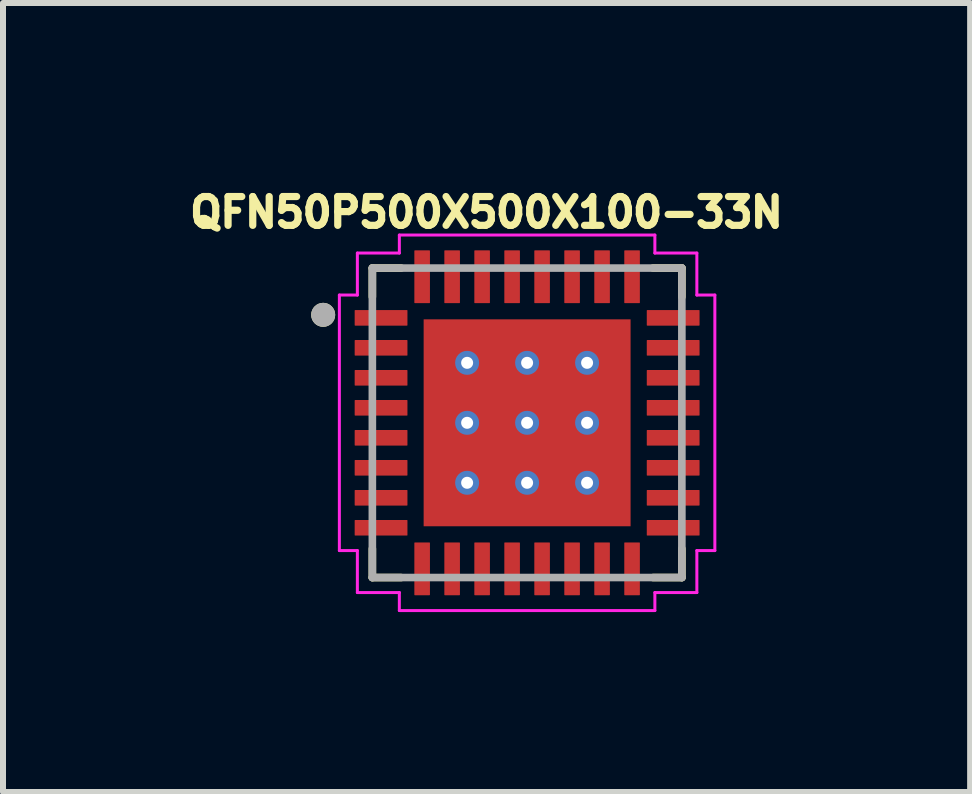
<source format=kicad_pcb>
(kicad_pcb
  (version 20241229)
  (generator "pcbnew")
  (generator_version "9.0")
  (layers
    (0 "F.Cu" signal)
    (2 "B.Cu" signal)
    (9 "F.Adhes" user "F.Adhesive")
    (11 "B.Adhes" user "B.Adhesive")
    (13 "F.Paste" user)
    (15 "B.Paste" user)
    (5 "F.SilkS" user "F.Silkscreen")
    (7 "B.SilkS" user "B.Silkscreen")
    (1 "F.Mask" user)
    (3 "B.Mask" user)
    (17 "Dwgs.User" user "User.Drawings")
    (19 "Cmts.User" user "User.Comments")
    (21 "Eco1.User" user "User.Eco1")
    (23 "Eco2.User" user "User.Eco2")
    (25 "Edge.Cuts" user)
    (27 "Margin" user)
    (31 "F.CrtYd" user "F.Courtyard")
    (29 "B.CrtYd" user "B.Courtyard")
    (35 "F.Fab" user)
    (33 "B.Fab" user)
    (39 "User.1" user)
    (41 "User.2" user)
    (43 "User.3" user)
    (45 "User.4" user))
  (footprint "QFN50P500X500X100-33N"
    (layer "F.Cu")
    (at 5.738 3.999)
    (property "Reference" "QFN50P500X500X100-33N" (at -0.677 -3.508 0) (layer "F.SilkS") (effects (font (size 0.48 0.48) (thickness 0.15))))
    (attr smd)
    (fp_line (start -2.58 -2.58) (end -2.1 -2.58) (stroke (width 0.127) (type solid)) (layer "F.SilkS"))
    (fp_line (start -2.58 -2.1) (end -2.58 -2.58) (stroke (width 0.127) (type solid)) (layer "F.SilkS"))
    (fp_line (start -2.58 2.58) (end -2.58 2.1) (stroke (width 0.127) (type solid)) (layer "F.SilkS"))
    (fp_line (start -2.1 2.58) (end -2.58 2.58) (stroke (width 0.127) (type solid)) (layer "F.SilkS"))
    (fp_line (start 2.1 -2.58) (end 2.58 -2.58) (stroke (width 0.127) (type solid)) (layer "F.SilkS"))
    (fp_line (start 2.58 -2.58) (end 2.58 -2.1) (stroke (width 0.127) (type solid)) (layer "F.SilkS"))
    (fp_line (start 2.58 2.1) (end 2.58 2.58) (stroke (width 0.127) (type solid)) (layer "F.SilkS"))
    (fp_line (start 2.58 2.58) (end 2.1 2.58) (stroke (width 0.127) (type solid)) (layer "F.SilkS"))
    (fp_circle (center -3.4 -1.8) (end -3.3 -1.8) (stroke (width 0.2) (type solid)) (fill no) (layer "F.SilkS"))
    (fp_poly (pts (xy -1.391 0.17) (xy -0.17 0.17) (xy -0.17 1.391) (xy -1.391 1.391)) (stroke (width 0.01) (type solid)) (fill yes) (layer "F.Paste"))
    (fp_poly (pts (xy -1.391 -1.39) (xy -0.17 -1.39) (xy -0.17 -0.17) (xy -1.391 -0.17)) (stroke (width 0.01) (type solid)) (fill yes) (layer "F.Paste"))
    (fp_poly (pts (xy 0.17 -1.39) (xy 1.39 -1.39) (xy 1.39 -0.17) (xy 0.17 -0.17)) (stroke (width 0.01) (type solid)) (fill yes) (layer "F.Paste"))
    (fp_poly (pts (xy 0.17 0.17) (xy 1.39 0.17) (xy 1.39 1.391) (xy 0.17 1.391)) (stroke (width 0.01) (type solid)) (fill yes) (layer "F.Paste"))
    (fp_line (start -3.13 -2.13) (end -2.83 -2.13) (stroke (width 0.05) (type solid)) (layer "F.CrtYd"))
    (fp_line (start -3.13 2.13) (end -3.13 -2.13) (stroke (width 0.05) (type solid)) (layer "F.CrtYd"))
    (fp_line (start -2.83 -2.83) (end -2.13 -2.83) (stroke (width 0.05) (type solid)) (layer "F.CrtYd"))
    (fp_line (start -2.83 -2.13) (end -2.83 -2.83) (stroke (width 0.05) (type solid)) (layer "F.CrtYd"))
    (fp_line (start -2.83 2.13) (end -3.13 2.13) (stroke (width 0.05) (type solid)) (layer "F.CrtYd"))
    (fp_line (start -2.83 2.83) (end -2.83 2.13) (stroke (width 0.05) (type solid)) (layer "F.CrtYd"))
    (fp_line (start -2.13 -3.13) (end 2.13 -3.13) (stroke (width 0.05) (type solid)) (layer "F.CrtYd"))
    (fp_line (start -2.13 -2.83) (end -2.13 -3.13) (stroke (width 0.05) (type solid)) (layer "F.CrtYd"))
    (fp_line (start -2.13 2.83) (end -2.83 2.83) (stroke (width 0.05) (type solid)) (layer "F.CrtYd"))
    (fp_line (start -2.13 3.13) (end -2.13 2.83) (stroke (width 0.05) (type solid)) (layer "F.CrtYd"))
    (fp_line (start 2.13 -3.13) (end 2.13 -2.83) (stroke (width 0.05) (type solid)) (layer "F.CrtYd"))
    (fp_line (start 2.13 -2.83) (end 2.83 -2.83) (stroke (width 0.05) (type solid)) (layer "F.CrtYd"))
    (fp_line (start 2.13 2.83) (end 2.13 3.13) (stroke (width 0.05) (type solid)) (layer "F.CrtYd"))
    (fp_line (start 2.13 3.13) (end -2.13 3.13) (stroke (width 0.05) (type solid)) (layer "F.CrtYd"))
    (fp_line (start 2.83 -2.83) (end 2.83 -2.13) (stroke (width 0.05) (type solid)) (layer "F.CrtYd"))
    (fp_line (start 2.83 -2.13) (end 3.13 -2.13) (stroke (width 0.05) (type solid)) (layer "F.CrtYd"))
    (fp_line (start 2.83 2.13) (end 2.83 2.83) (stroke (width 0.05) (type solid)) (layer "F.CrtYd"))
    (fp_line (start 2.83 2.83) (end 2.13 2.83) (stroke (width 0.05) (type solid)) (layer "F.CrtYd"))
    (fp_line (start 3.13 -2.13) (end 3.13 2.13) (stroke (width 0.05) (type solid)) (layer "F.CrtYd"))
    (fp_line (start 3.13 2.13) (end 2.83 2.13) (stroke (width 0.05) (type solid)) (layer "F.CrtYd"))
    (fp_line (start -2.58 -2.58) (end 2.58 -2.58) (stroke (width 0.127) (type solid)) (layer "F.Fab"))
    (fp_line (start -2.58 2.58) (end -2.58 -2.58) (stroke (width 0.127) (type solid)) (layer "F.Fab"))
    (fp_line (start 2.58 -2.58) (end 2.58 2.58) (stroke (width 0.127) (type solid)) (layer "F.Fab"))
    (fp_line (start 2.58 2.58) (end -2.58 2.58) (stroke (width 0.127) (type solid)) (layer "F.Fab"))
    (fp_circle (center -3.4 -1.8) (end -3.3 -1.8) (stroke (width 0.2) (type solid)) (fill no) (layer "F.Fab"))
    (pad "1" smd roundrect (at -2.435 -1.75) (size 0.88 0.26) (layers "F.Cu" "F.Mask" "F.Paste") (roundrect_rratio 0.035))
    (pad "2" smd roundrect (at -2.435 -1.25) (size 0.88 0.26) (layers "F.Cu" "F.Mask" "F.Paste") (roundrect_rratio 0.035))
    (pad "3" smd roundrect (at -2.435 -0.75) (size 0.88 0.26) (layers "F.Cu" "F.Mask" "F.Paste") (roundrect_rratio 0.035))
    (pad "4" smd roundrect (at -2.435 -0.25) (size 0.88 0.26) (layers "F.Cu" "F.Mask" "F.Paste") (roundrect_rratio 0.035))
    (pad "5" smd roundrect (at -2.435 0.25) (size 0.88 0.26) (layers "F.Cu" "F.Mask" "F.Paste") (roundrect_rratio 0.035))
    (pad "6" smd roundrect (at -2.435 0.75) (size 0.88 0.26) (layers "F.Cu" "F.Mask" "F.Paste") (roundrect_rratio 0.035))
    (pad "7" smd roundrect (at -2.435 1.25) (size 0.88 0.26) (layers "F.Cu" "F.Mask" "F.Paste") (roundrect_rratio 0.035))
    (pad "8" smd roundrect (at -2.435 1.75) (size 0.88 0.26) (layers "F.Cu" "F.Mask" "F.Paste") (roundrect_rratio 0.035))
    (pad "9" smd roundrect (at -1.75 2.435) (size 0.26 0.88) (layers "F.Cu" "F.Mask" "F.Paste") (roundrect_rratio 0.035))
    (pad "10" smd roundrect (at -1.25 2.435) (size 0.26 0.88) (layers "F.Cu" "F.Mask" "F.Paste") (roundrect_rratio 0.035))
    (pad "11" smd roundrect (at -0.75 2.435) (size 0.26 0.88) (layers "F.Cu" "F.Mask" "F.Paste") (roundrect_rratio 0.035))
    (pad "12" smd roundrect (at -0.25 2.435) (size 0.26 0.88) (layers "F.Cu" "F.Mask" "F.Paste") (roundrect_rratio 0.035))
    (pad "13" smd roundrect (at 0.25 2.435) (size 0.26 0.88) (layers "F.Cu" "F.Mask" "F.Paste") (roundrect_rratio 0.035))
    (pad "14" smd roundrect (at 0.75 2.435) (size 0.26 0.88) (layers "F.Cu" "F.Mask" "F.Paste") (roundrect_rratio 0.035))
    (pad "15" smd roundrect (at 1.25 2.435) (size 0.26 0.88) (layers "F.Cu" "F.Mask" "F.Paste") (roundrect_rratio 0.035))
    (pad "16" smd roundrect (at 1.75 2.435) (size 0.26 0.88) (layers "F.Cu" "F.Mask" "F.Paste") (roundrect_rratio 0.035))
    (pad "17" smd roundrect (at 2.435 1.75) (size 0.88 0.26) (layers "F.Cu" "F.Mask" "F.Paste") (roundrect_rratio 0.035))
    (pad "18" smd roundrect (at 2.435 1.25) (size 0.88 0.26) (layers "F.Cu" "F.Mask" "F.Paste") (roundrect_rratio 0.035))
    (pad "19" smd roundrect (at 2.435 0.75) (size 0.88 0.26) (layers "F.Cu" "F.Mask" "F.Paste") (roundrect_rratio 0.035))
    (pad "20" smd roundrect (at 2.435 0.25) (size 0.88 0.26) (layers "F.Cu" "F.Mask" "F.Paste") (roundrect_rratio 0.035))
    (pad "21" smd roundrect (at 2.435 -0.25) (size 0.88 0.26) (layers "F.Cu" "F.Mask" "F.Paste") (roundrect_rratio 0.035))
    (pad "22" smd roundrect (at 2.435 -0.75) (size 0.88 0.26) (layers "F.Cu" "F.Mask" "F.Paste") (roundrect_rratio 0.035))
    (pad "23" smd roundrect (at 2.435 -1.25) (size 0.88 0.26) (layers "F.Cu" "F.Mask" "F.Paste") (roundrect_rratio 0.035))
    (pad "24" smd roundrect (at 2.435 -1.75) (size 0.88 0.26) (layers "F.Cu" "F.Mask" "F.Paste") (roundrect_rratio 0.035))
    (pad "25" smd roundrect (at 1.75 -2.435) (size 0.26 0.88) (layers "F.Cu" "F.Mask" "F.Paste") (roundrect_rratio 0.035))
    (pad "26" smd roundrect (at 1.25 -2.435) (size 0.26 0.88) (layers "F.Cu" "F.Mask" "F.Paste") (roundrect_rratio 0.035))
    (pad "27" smd roundrect (at 0.75 -2.435) (size 0.26 0.88) (layers "F.Cu" "F.Mask" "F.Paste") (roundrect_rratio 0.035))
    (pad "28" smd roundrect (at 0.25 -2.435) (size 0.26 0.88) (layers "F.Cu" "F.Mask" "F.Paste") (roundrect_rratio 0.035))
    (pad "29" smd roundrect (at -0.25 -2.435) (size 0.26 0.88) (layers "F.Cu" "F.Mask" "F.Paste") (roundrect_rratio 0.035))
    (pad "30" smd roundrect (at -0.75 -2.435) (size 0.26 0.88) (layers "F.Cu" "F.Mask" "F.Paste") (roundrect_rratio 0.035))
    (pad "31" smd roundrect (at -1.25 -2.435) (size 0.26 0.88) (layers "F.Cu" "F.Mask" "F.Paste") (roundrect_rratio 0.035))
    (pad "32" smd roundrect (at -1.75 -2.435) (size 0.26 0.88) (layers "F.Cu" "F.Mask" "F.Paste") (roundrect_rratio 0.035))
    (pad "33" smd rect (at 0 0) (size 3.45 3.45) (layers "F.Cu" "F.Mask"))
    (pad "33_1" thru_hole circle (at -1 -1) (size 0.4 0.4) (drill 0.2) (layers "*.Cu" "*.Mask"))
    (pad "33_2" thru_hole circle (at 0 -1) (size 0.4 0.4) (drill 0.2) (layers "*.Cu" "*.Mask"))
    (pad "33_3" thru_hole circle (at 1 -1) (size 0.4 0.4) (drill 0.2) (layers "*.Cu" "*.Mask"))
    (pad "33_4" thru_hole circle (at -1 0) (size 0.4 0.4) (drill 0.2) (layers "*.Cu" "*.Mask"))
    (pad "33_5" thru_hole circle (at 0 0) (size 0.4 0.4) (drill 0.2) (layers "*.Cu" "*.Mask"))
    (pad "33_6" thru_hole circle (at 1 0) (size 0.4 0.4) (drill 0.2) (layers "*.Cu" "*.Mask"))
    (pad "33_7" thru_hole circle (at -1 1) (size 0.4 0.4) (drill 0.2) (layers "*.Cu" "*.Mask"))
    (pad "33_8" thru_hole circle (at 0 1) (size 0.4 0.4) (drill 0.2) (layers "*.Cu" "*.Mask"))
    (pad "33_9" thru_hole circle (at 1 1) (size 0.4 0.4) (drill 0.2) (layers "*.Cu" "*.Mask")))
  (gr_rect
    (start -3 -3)
    (end 13.124 10.154)
    (stroke (width 0.1) (type default))
    (fill no)
    (layer "Edge.Cuts")))
</source>
